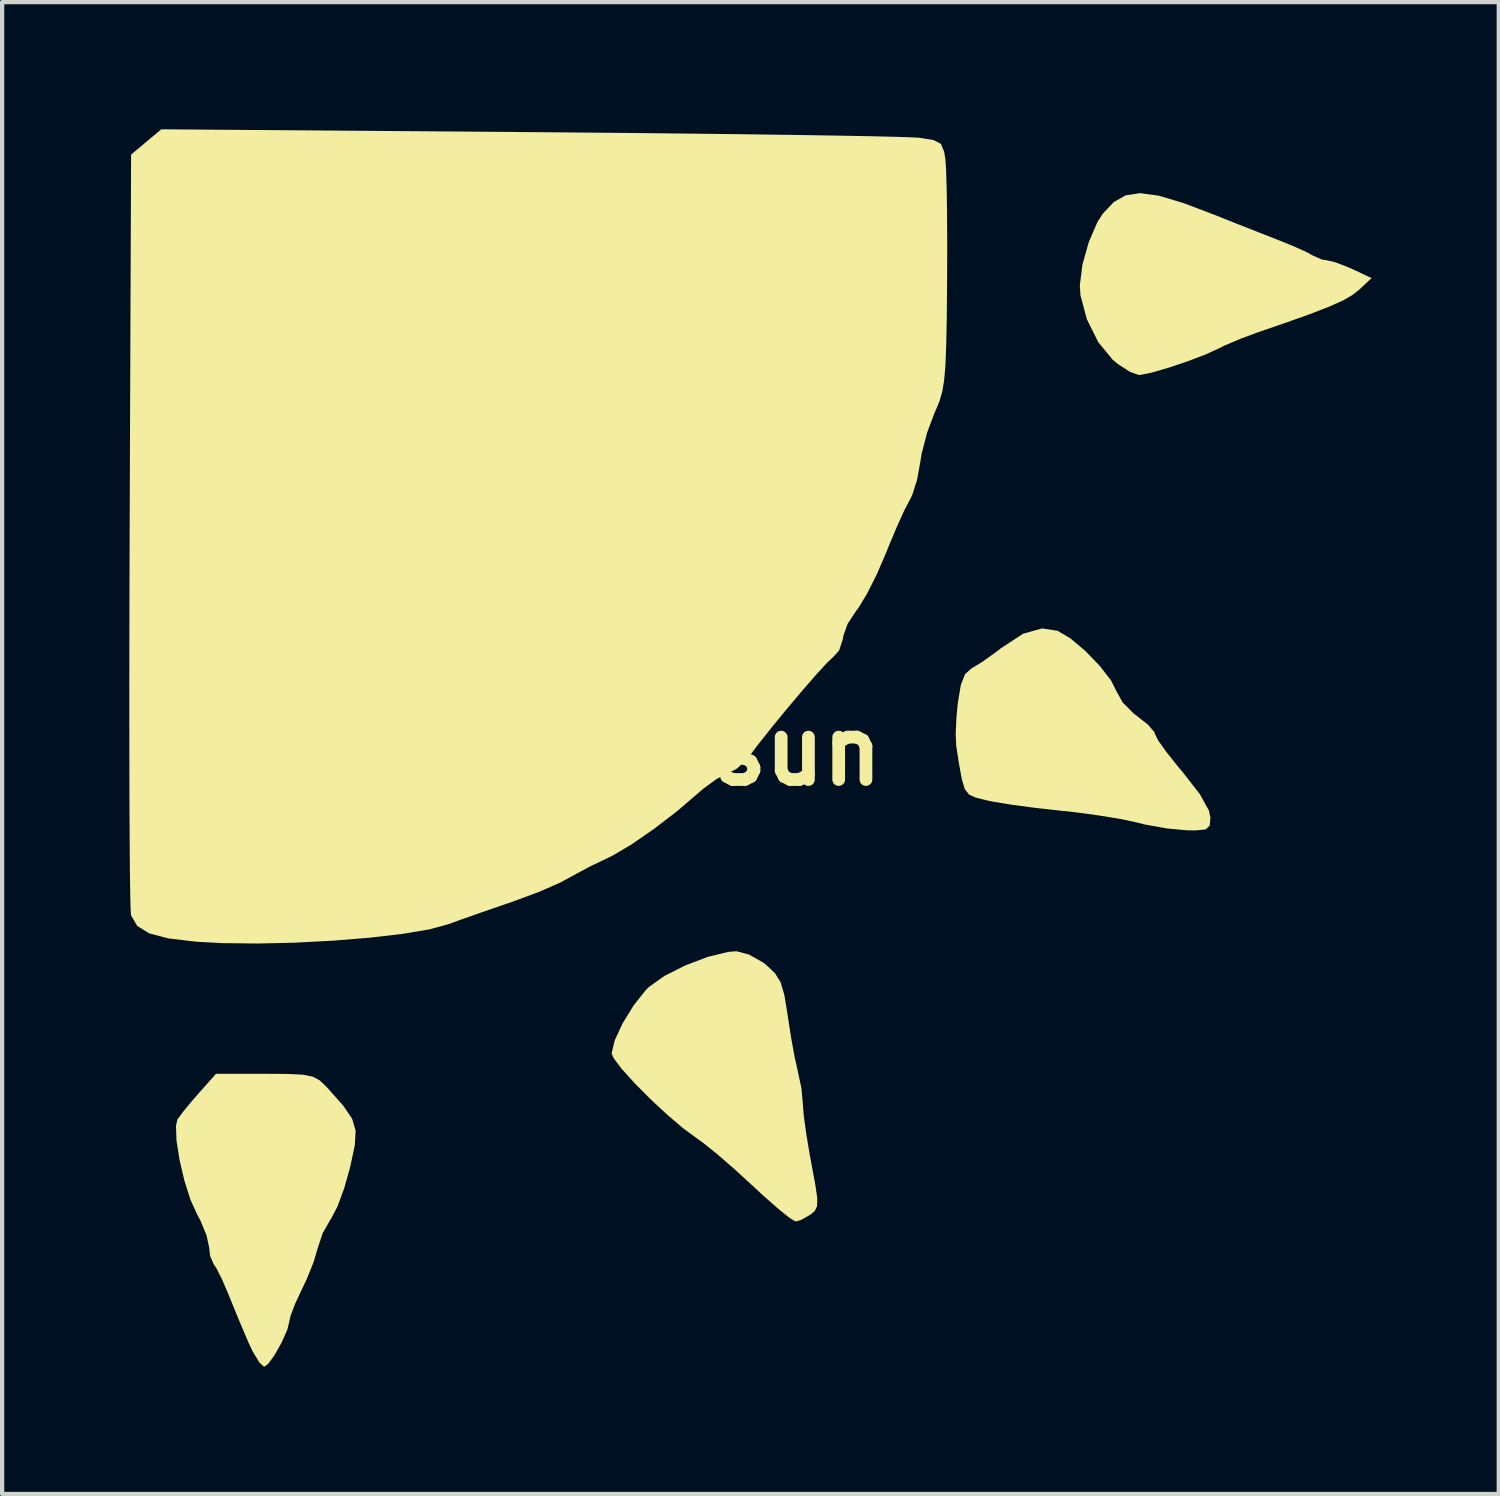
<source format=kicad_pcb>
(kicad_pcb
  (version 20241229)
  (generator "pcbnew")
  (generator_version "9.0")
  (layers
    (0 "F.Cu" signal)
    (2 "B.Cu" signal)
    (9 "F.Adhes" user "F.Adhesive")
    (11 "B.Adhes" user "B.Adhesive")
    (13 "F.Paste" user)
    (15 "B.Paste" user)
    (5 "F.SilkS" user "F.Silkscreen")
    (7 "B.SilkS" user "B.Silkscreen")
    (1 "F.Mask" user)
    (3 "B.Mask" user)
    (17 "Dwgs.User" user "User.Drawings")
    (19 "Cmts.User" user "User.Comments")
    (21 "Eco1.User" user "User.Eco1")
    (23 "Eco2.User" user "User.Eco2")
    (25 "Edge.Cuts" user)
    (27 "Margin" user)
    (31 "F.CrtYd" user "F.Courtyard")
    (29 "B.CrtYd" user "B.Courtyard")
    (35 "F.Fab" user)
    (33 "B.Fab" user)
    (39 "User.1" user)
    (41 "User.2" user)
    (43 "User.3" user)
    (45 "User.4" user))
  (footprint "sun"
    (layer "F.Cu")
    (at 15.769 14.659)
    (property "Reference" "sun" (at 0 0 0) (layer "F.SilkS") (effects (font (size 1.5 1.5) (thickness 0.3))))
    (attr board_only exclude_from_pos_files exclude_from_bom)
    (fp_poly (pts (xy 8.516 -13.093) (xy 9.091 -12.921) (xy 9.837 -12.638) (xy 9.851 -12.632) (xy 10.328 -12.442) (xy 10.885 -12.223) (xy 11.276 -12.07) (xy 11.678 -11.907) (xy 11.996 -11.765) (xy 12.159 -11.675) (xy 12.16 -11.675) (xy 12.374 -11.583) (xy 12.457 -11.574) (xy 12.677 -11.523) (xy 12.995 -11.401) (xy 13.087 -11.359) (xy 13.534 -11.149) (xy 13.243 -10.877) (xy 13.084 -10.751) (xy 12.864 -10.624) (xy 12.546 -10.481) (xy 12.097 -10.306) (xy 11.482 -10.087) (xy 10.86 -9.873) (xy 10.447 -9.72) (xy 10.074 -9.562) (xy 9.943 -9.497) (xy 9.621 -9.349) (xy 9.193 -9.186) (xy 8.738 -9.033) (xy 8.336 -8.917) (xy 8.064 -8.864) (xy 8.045 -8.863) (xy 7.837 -8.936) (xy 7.552 -9.121) (xy 7.432 -9.218) (xy 7.088 -9.636) (xy 6.817 -10.181) (xy 6.667 -10.745) (xy 6.652 -10.978) (xy 6.714 -11.468) (xy 6.864 -12.001) (xy 7.066 -12.469) (xy 7.196 -12.671) (xy 7.453 -12.942) (xy 7.734 -13.102) (xy 8.076 -13.153)) (stroke (width 0) (type solid)) (fill yes) (layer "F.SilkS"))
    (fp_poly (pts (xy -1.153 4.806) (xy -0.82 4.994) (xy -0.743 5.054) (xy -0.539 5.247) (xy -0.407 5.459) (xy -0.318 5.758) (xy -0.243 6.214) (xy -0.234 6.278) (xy -0.157 6.776) (xy -0.073 7.236) (xy 0.001 7.563) (xy 0.004 7.576) (xy 0.086 7.968) (xy 0.118 8.328) (xy 0.14 8.605) (xy 0.199 9.036) (xy 0.284 9.543) (xy 0.319 9.731) (xy 0.412 10.23) (xy 0.458 10.548) (xy 0.455 10.738) (xy 0.403 10.851) (xy 0.301 10.94) (xy 0.297 10.942) (xy 0.07 11.071) (xy -0.052 11.103) (xy -0.186 11.025) (xy -0.447 10.817) (xy -0.794 10.512) (xy -1.067 10.26) (xy -1.492 9.87) (xy -1.902 9.515) (xy -2.238 9.245) (xy -2.373 9.149) (xy -2.702 8.907) (xy -3.086 8.58) (xy -3.484 8.209) (xy -3.854 7.836) (xy -4.155 7.503) (xy -4.346 7.249) (xy -4.392 7.139) (xy -4.319 6.832) (xy -4.132 6.429) (xy -3.874 6.009) (xy -3.59 5.65) (xy -3.513 5.572) (xy -3.149 5.313) (xy -2.654 5.063) (xy -2.12 4.861) (xy -1.64 4.744) (xy -1.45 4.729)) (stroke (width 0) (type solid)) (fill yes) (layer "F.SilkS"))
    (fp_poly (pts (xy 6.128 -2.829) (xy 6.429 -2.652) (xy 6.781 -2.355) (xy 7.122 -2.002) (xy 7.389 -1.658) (xy 7.516 -1.405) (xy 7.661 -1.142) (xy 7.927 -0.874) (xy 8.009 -0.814) (xy 8.267 -0.609) (xy 8.414 -0.435) (xy 8.426 -0.393) (xy 8.499 -0.245) (xy 8.694 0.029) (xy 8.972 0.378) (xy 9.08 0.506) (xy 9.483 1.023) (xy 9.697 1.409) (xy 9.733 1.579) (xy 9.715 1.766) (xy 9.621 1.855) (xy 9.388 1.879) (xy 9.169 1.876) (xy 8.695 1.831) (xy 8.179 1.738) (xy 8.012 1.696) (xy 7.633 1.613) (xy 7.102 1.526) (xy 6.506 1.446) (xy 6.175 1.411) (xy 5.594 1.347) (xy 5.044 1.273) (xy 4.604 1.201) (xy 4.428 1.163) (xy 4.195 1.104) (xy 4.041 1.035) (xy 3.941 0.909) (xy 3.87 0.68) (xy 3.801 0.301) (xy 3.736 -0.118) (xy 3.724 -0.397) (xy 3.743 -0.805) (xy 3.773 -1.119) (xy 3.845 -1.552) (xy 3.945 -1.808) (xy 4.099 -1.944) (xy 4.106 -1.948) (xy 4.35 -2.096) (xy 4.67 -2.325) (xy 4.798 -2.423) (xy 5.313 -2.76) (xy 5.761 -2.886)) (stroke (width 0) (type solid)) (fill yes) (layer "F.SilkS"))
    (fp_poly (pts (xy -12.027 7.623) (xy -11.672 7.641) (xy -11.441 7.687) (xy -11.278 7.775) (xy -11.126 7.92) (xy -11.071 7.979) (xy -10.72 8.375) (xy -10.514 8.678) (xy -10.43 8.963) (xy -10.45 9.306) (xy -10.552 9.785) (xy -10.566 9.843) (xy -10.7 10.32) (xy -10.855 10.741) (xy -11 11.022) (xy -11.016 11.044) (xy -11.209 11.383) (xy -11.322 11.724) (xy -11.42 12.056) (xy -11.587 12.471) (xy -11.692 12.69) (xy -11.857 13.043) (xy -11.965 13.326) (xy -11.988 13.434) (xy -12.041 13.654) (xy -12.172 13.951) (xy -12.338 14.248) (xy -12.496 14.466) (xy -12.588 14.531) (xy -12.699 14.432) (xy -12.854 14.177) (xy -12.953 13.97) (xy -13.152 13.502) (xy -13.362 12.991) (xy -13.432 12.818) (xy -13.584 12.464) (xy -13.719 12.199) (xy -13.777 12.115) (xy -13.863 11.918) (xy -13.887 11.712) (xy -13.946 11.433) (xy -14.094 11.076) (xy -14.168 10.938) (xy -14.328 10.587) (xy -14.471 10.133) (xy -14.585 9.646) (xy -14.656 9.194) (xy -14.668 8.845) (xy -14.633 8.696) (xy -14.503 8.519) (xy -14.277 8.245) (xy -14.132 8.079) (xy -13.724 7.62) (xy -12.562 7.62)) (stroke (width 0) (type solid)) (fill yes) (layer "F.SilkS"))
    (fp_poly (pts (xy -6.35 -14.593) (xy -4.922 -14.581) (xy -3.552 -14.568) (xy -2.261 -14.554) (xy -1.069 -14.54) (xy 0.004 -14.525) (xy 0.938 -14.51) (xy 1.712 -14.496) (xy 2.307 -14.482) (xy 2.702 -14.469) (xy 2.867 -14.459) (xy 3.204 -14.405) (xy 3.376 -14.315) (xy 3.452 -14.13) (xy 3.48 -13.959) (xy 3.497 -13.712) (xy 3.511 -13.271) (xy 3.52 -12.68) (xy 3.524 -11.981) (xy 3.522 -11.219) (xy 3.521 -11.046) (xy 3.513 -10.21) (xy 3.501 -9.572) (xy 3.482 -9.096) (xy 3.452 -8.743) (xy 3.408 -8.476) (xy 3.346 -8.258) (xy 3.262 -8.051) (xy 3.226 -7.974) (xy 3.049 -7.502) (xy 2.917 -6.992) (xy 2.886 -6.793) (xy 2.811 -6.382) (xy 2.696 -6.027) (xy 2.641 -5.916) (xy 2.515 -5.677) (xy 2.338 -5.287) (xy 2.141 -4.818) (xy 2.073 -4.648) (xy 1.859 -4.153) (xy 1.63 -3.699) (xy 1.427 -3.366) (xy 1.377 -3.301) (xy 1.176 -2.996) (xy 1.072 -2.705) (xy 1.068 -2.656) (xy 0.976 -2.368) (xy 0.838 -2.215) (xy 0.683 -2.069) (xy 0.42 -1.781) (xy 0.087 -1.397) (xy -0.28 -0.961) (xy -0.643 -0.518) (xy -0.963 -0.113) (xy -1.2 0.205) (xy -1.445 0.427) (xy -1.653 0.529) (xy -1.912 0.663) (xy -2.234 0.898) (xy -2.373 1.018) (xy -2.856 1.432) (xy -3.395 1.845) (xy -3.921 2.208) (xy -4.37 2.474) (xy -4.51 2.542) (xy -4.877 2.716) (xy -5.205 2.892) (xy -5.222 2.902) (xy -5.614 3.114) (xy -6.096 3.325) (xy -6.727 3.559) (xy -7.003 3.654) (xy -7.484 3.82) (xy -7.951 3.985) (xy -8.245 4.092) (xy -8.686 4.212) (xy -9.315 4.318) (xy -10.084 4.408) (xy -10.941 4.478) (xy -11.84 4.526) (xy -12.73 4.547) (xy -13.562 4.538) (xy -14.184 4.505) (xy -14.843 4.427) (xy -15.298 4.308) (xy -15.581 4.134) (xy -15.722 3.893) (xy -15.73 3.866) (xy -15.74 3.707) (xy -15.748 3.332) (xy -15.756 2.758) (xy -15.761 2.005) (xy -15.766 1.092) (xy -15.768 0.038) (xy -15.769 -1.138) (xy -15.768 -2.418) (xy -15.765 -3.781) (xy -15.761 -5.21) (xy -15.761 -5.229) (xy -15.727 -14.062) (xy -15.371 -14.361) (xy -15.014 -14.659)) (stroke (width 0) (type solid)) (fill yes) (layer "F.SilkS")))
  (gr_rect
    (start -3 -3)
    (end 32.303 32.19)
    (stroke (width 0.1) (type default))
    (fill no)
    (layer "Edge.Cuts")))
</source>
